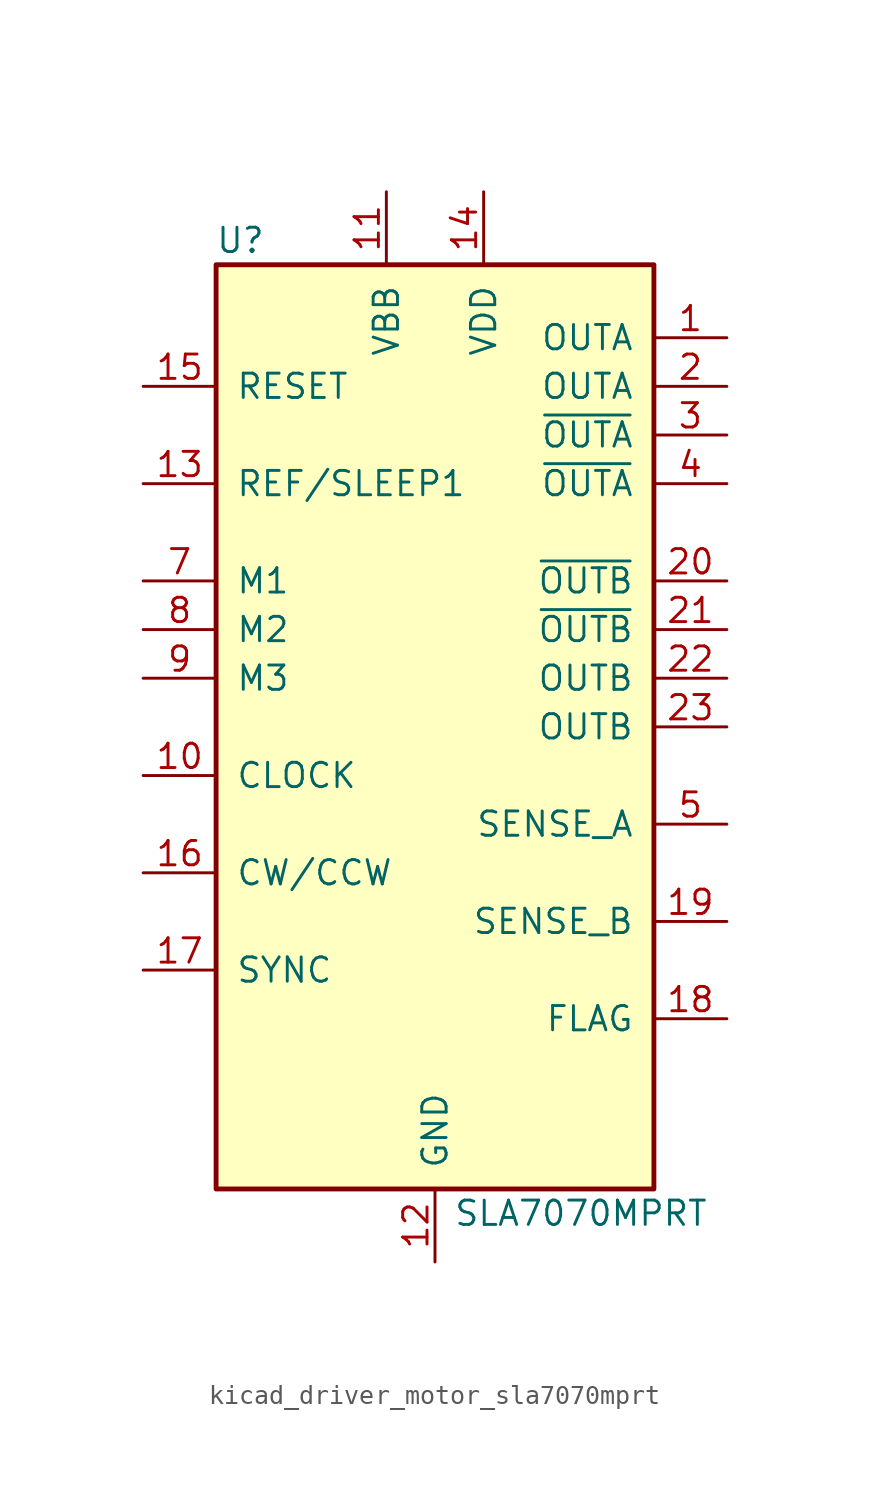
<source format=kicad_sym>
(kicad_symbol_lib
  (version 20220914)
  (generator kicad_symbol_editor)
  (symbol "kicad_driver_motor_sla7070mprt"
    (pin_names
      (offset 1.016))
    (property "Reference" "U"
      (at -10.16 25.4 0)
      (effects (font (size 1.27 1.27))))
    (property "Value" "SLA7070MPRT"
      (at 7.62 -25.4 0)
      (effects (font (size 1.27 1.27))))
    (symbol "kicad_driver_motor_sla7070mprt_0_1"
      (rectangle (start -11.43 24.13) (end 11.43 -24.13) (stroke (width 0.254) (type default)) (fill (type background))))
    (symbol "kicad_driver_motor_sla7070mprt_1_1"
      (pin output line (at 15.24 20.32 180) (length 3.81) (name "OUTA" (effects (font (size 1.27 1.27)))) (number "1" (effects (font (size 1.27 1.27)))))
      (pin input line (at -15.24 -2.54 0) (length 3.81) (name "CLOCK" (effects (font (size 1.27 1.27)))) (number "10" (effects (font (size 1.27 1.27)))))
      (pin power_in line (at -2.54 27.94 270) (length 3.81) (name "VBB" (effects (font (size 1.27 1.27)))) (number "11" (effects (font (size 1.27 1.27)))))
      (pin power_in line (at 0 -27.94 90) (length 3.81) (name "GND" (effects (font (size 1.27 1.27)))) (number "12" (effects (font (size 1.27 1.27)))))
      (pin input line (at -15.24 12.7 0) (length 3.81) (name "REF/SLEEP1" (effects (font (size 1.27 1.27)))) (number "13" (effects (font (size 1.27 1.27)))))
      (pin power_in line (at 2.54 27.94 270) (length 3.81) (name "VDD" (effects (font (size 1.27 1.27)))) (number "14" (effects (font (size 1.27 1.27)))))
      (pin input line (at -15.24 17.78 0) (length 3.81) (name "RESET" (effects (font (size 1.27 1.27)))) (number "15" (effects (font (size 1.27 1.27)))))
      (pin input line (at -15.24 -7.62 0) (length 3.81) (name "CW/CCW" (effects (font (size 1.27 1.27)))) (number "16" (effects (font (size 1.27 1.27)))))
      (pin input line (at -15.24 -12.7 0) (length 3.81) (name "SYNC" (effects (font (size 1.27 1.27)))) (number "17" (effects (font (size 1.27 1.27)))))
      (pin output line (at 15.24 -15.24 180) (length 3.81) (name "FLAG" (effects (font (size 1.27 1.27)))) (number "18" (effects (font (size 1.27 1.27)))))
      (pin output line (at 15.24 -10.16 180) (length 3.81) (name "SENSE_B" (effects (font (size 1.27 1.27)))) (number "19" (effects (font (size 1.27 1.27)))))
      (pin output line (at 15.24 17.78 180) (length 3.81) (name "OUTA" (effects (font (size 1.27 1.27)))) (number "2" (effects (font (size 1.27 1.27)))))
      (pin output line (at 15.24 7.62 180) (length 3.81) (name "~{OUTB}" (effects (font (size 1.27 1.27)))) (number "20" (effects (font (size 1.27 1.27)))))
      (pin output line (at 15.24 5.08 180) (length 3.81) (name "~{OUTB}" (effects (font (size 1.27 1.27)))) (number "21" (effects (font (size 1.27 1.27)))))
      (pin output line (at 15.24 2.54 180) (length 3.81) (name "OUTB" (effects (font (size 1.27 1.27)))) (number "22" (effects (font (size 1.27 1.27)))))
      (pin output line (at 15.24 0 180) (length 3.81) (name "OUTB" (effects (font (size 1.27 1.27)))) (number "23" (effects (font (size 1.27 1.27)))))
      (pin output line (at 15.24 15.24 180) (length 3.81) (name "~{OUTA}" (effects (font (size 1.27 1.27)))) (number "3" (effects (font (size 1.27 1.27)))))
      (pin output line (at 15.24 12.7 180) (length 3.81) (name "~{OUTA}" (effects (font (size 1.27 1.27)))) (number "4" (effects (font (size 1.27 1.27)))))
      (pin output line (at 15.24 -5.08 180) (length 3.81) (name "SENSE_A" (effects (font (size 1.27 1.27)))) (number "5" (effects (font (size 1.27 1.27)))))
      (pin no_connect line (at 10.16 -20.32 180) (length 3.81) hide (name "N.C." (effects (font (size 1.27 1.27)))) (number "6" (effects (font (size 1.27 1.27)))))
      (pin input line (at -15.24 7.62 0) (length 3.81) (name "M1" (effects (font (size 1.27 1.27)))) (number "7" (effects (font (size 1.27 1.27)))))
      (pin input line (at -15.24 5.08 0) (length 3.81) (name "M2" (effects (font (size 1.27 1.27)))) (number "8" (effects (font (size 1.27 1.27)))))
      (pin input line (at -15.24 2.54 0) (length 3.81) (name "M3" (effects (font (size 1.27 1.27)))) (number "9" (effects (font (size 1.27 1.27))))))))
</source>
